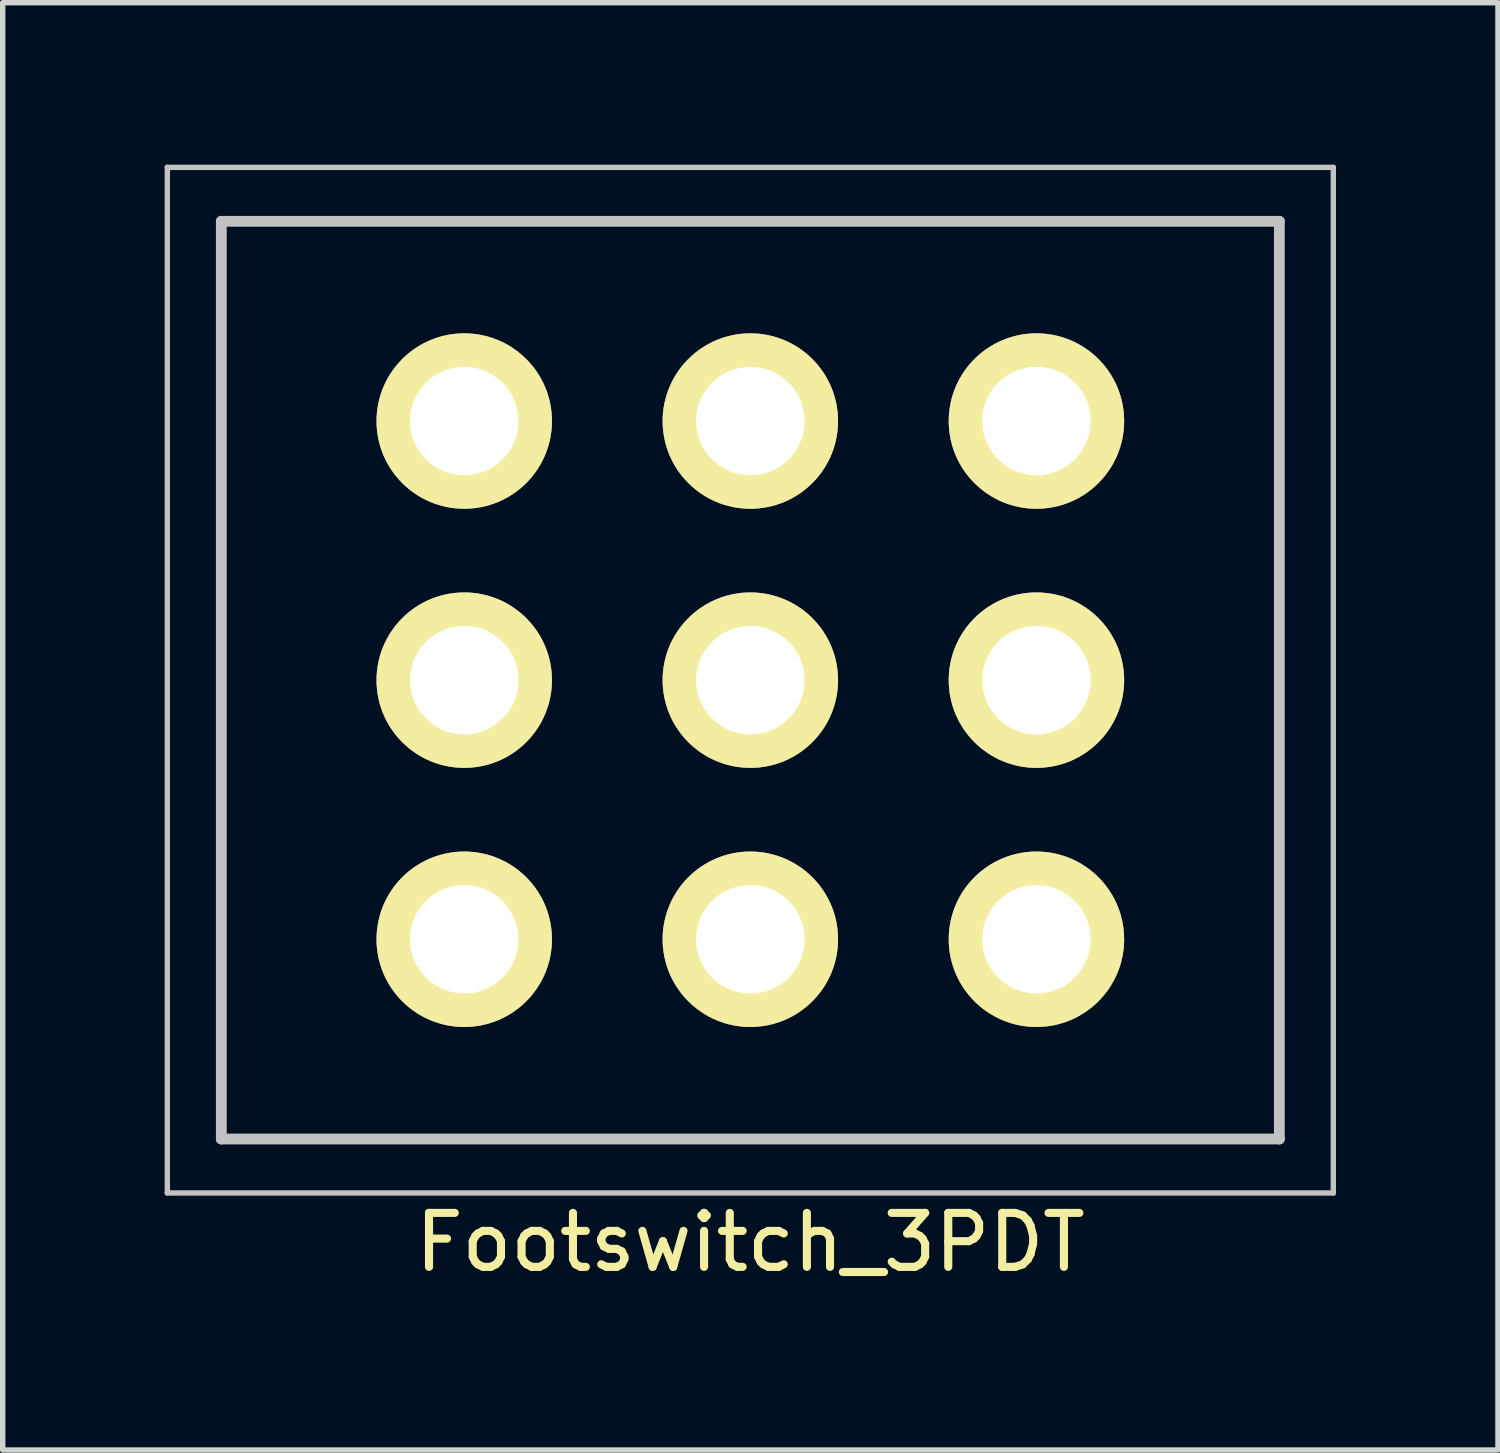
<source format=kicad_pcb>
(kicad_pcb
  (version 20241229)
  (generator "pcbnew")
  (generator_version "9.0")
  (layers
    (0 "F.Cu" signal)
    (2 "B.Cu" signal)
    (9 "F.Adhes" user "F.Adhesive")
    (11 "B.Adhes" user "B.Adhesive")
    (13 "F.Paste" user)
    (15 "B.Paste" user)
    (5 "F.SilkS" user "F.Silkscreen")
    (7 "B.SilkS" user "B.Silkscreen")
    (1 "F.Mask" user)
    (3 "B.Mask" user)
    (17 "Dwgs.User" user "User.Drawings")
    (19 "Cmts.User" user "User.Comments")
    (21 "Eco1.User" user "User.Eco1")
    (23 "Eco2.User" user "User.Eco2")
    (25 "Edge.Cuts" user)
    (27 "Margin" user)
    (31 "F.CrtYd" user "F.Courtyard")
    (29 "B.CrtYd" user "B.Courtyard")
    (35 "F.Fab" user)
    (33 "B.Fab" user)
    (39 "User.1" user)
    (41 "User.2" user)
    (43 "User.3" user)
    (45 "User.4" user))
  (footprint "Footswitch_3PDT"
    (layer "F.Cu")
    (at 10.85 9.55)
    (property "Reference" "Footswitch_3PDT" (at 0 10.414 0) (layer "F.SilkS") (effects (font (size 1 1) (thickness 0.15))))
    (attr through_hole)
    (fp_line (start -9.8 -8.5) (end 9.8 -8.5) (stroke (width 0.1) (type solid)) (layer "F.SilkS"))
    (fp_line (start -9.8 8.5) (end -9.8 -8.5) (stroke (width 0.1) (type solid)) (layer "F.SilkS"))
    (fp_line (start 9.8 -8.5) (end 9.8 8.5) (stroke (width 0.1) (type solid)) (layer "F.SilkS"))
    (fp_line (start 9.8 8.5) (end -9.8 8.5) (stroke (width 0.1) (type solid)) (layer "F.SilkS"))
    (fp_line (start -10.8 -9.5) (end 10.8 -9.5) (stroke (width 0.1) (type solid)) (layer "Dwgs.User"))
    (fp_line (start -10.8 9.5) (end -10.8 -9.5) (stroke (width 0.1) (type solid)) (layer "Dwgs.User"))
    (fp_line (start -9.8 -8.5) (end 9.8 -8.5) (stroke (width 0.2) (type solid)) (layer "Dwgs.User"))
    (fp_line (start -9.8 8.5) (end -9.8 -8.5) (stroke (width 0.2) (type solid)) (layer "Dwgs.User"))
    (fp_line (start 9.8 -8.5) (end 9.8 8.5) (stroke (width 0.2) (type solid)) (layer "Dwgs.User"))
    (fp_line (start 9.8 8.5) (end -9.8 8.5) (stroke (width 0.2) (type solid)) (layer "Dwgs.User"))
    (fp_line (start 10.8 -9.5) (end 10.8 9.5) (stroke (width 0.1) (type solid)) (layer "Dwgs.User"))
    (fp_line (start 10.8 9.5) (end -10.8 9.5) (stroke (width 0.1) (type solid)) (layer "Dwgs.User"))
    (pad "1" thru_hole circle (at 5.3 4.8 90) (size 3.25 3.25) (drill 2.01) (layers "*.Cu" "*.Mask" "F.SilkS"))
    (pad "2" thru_hole circle (at 5.3 0 90) (size 3.25 3.25) (drill 2.01) (layers "*.Cu" "*.Mask" "F.SilkS"))
    (pad "3" thru_hole circle (at 5.3 -4.8 90) (size 3.25 3.25) (drill 2.01) (layers "*.Cu" "*.Mask" "F.SilkS"))
    (pad "4" thru_hole circle (at 0 4.8 90) (size 3.25 3.25) (drill 2.01) (layers "*.Cu" "*.Mask" "F.SilkS"))
    (pad "5" thru_hole circle (at 0 0 90) (size 3.25 3.25) (drill 2.01) (layers "*.Cu" "*.Mask" "F.SilkS"))
    (pad "6" thru_hole circle (at 0 -4.8 90) (size 3.25 3.25) (drill 2.01) (layers "*.Cu" "*.Mask" "F.SilkS"))
    (pad "7" thru_hole circle (at -5.3 4.8 90) (size 3.25 3.25) (drill 2.01) (layers "*.Cu" "*.Mask" "F.SilkS"))
    (pad "8" thru_hole circle (at -5.3 0 90) (size 3.25 3.25) (drill 2.01) (layers "*.Cu" "*.Mask" "F.SilkS"))
    (pad "9" thru_hole circle (at -5.3 -4.8 90) (size 3.25 3.25) (drill 2.01) (layers "*.Cu" "*.Mask" "F.SilkS")))
  (gr_rect
    (start -3 -3)
    (end 24.7 23.812)
    (stroke (width 0.1) (type default))
    (fill no)
    (layer "Edge.Cuts")))
</source>
